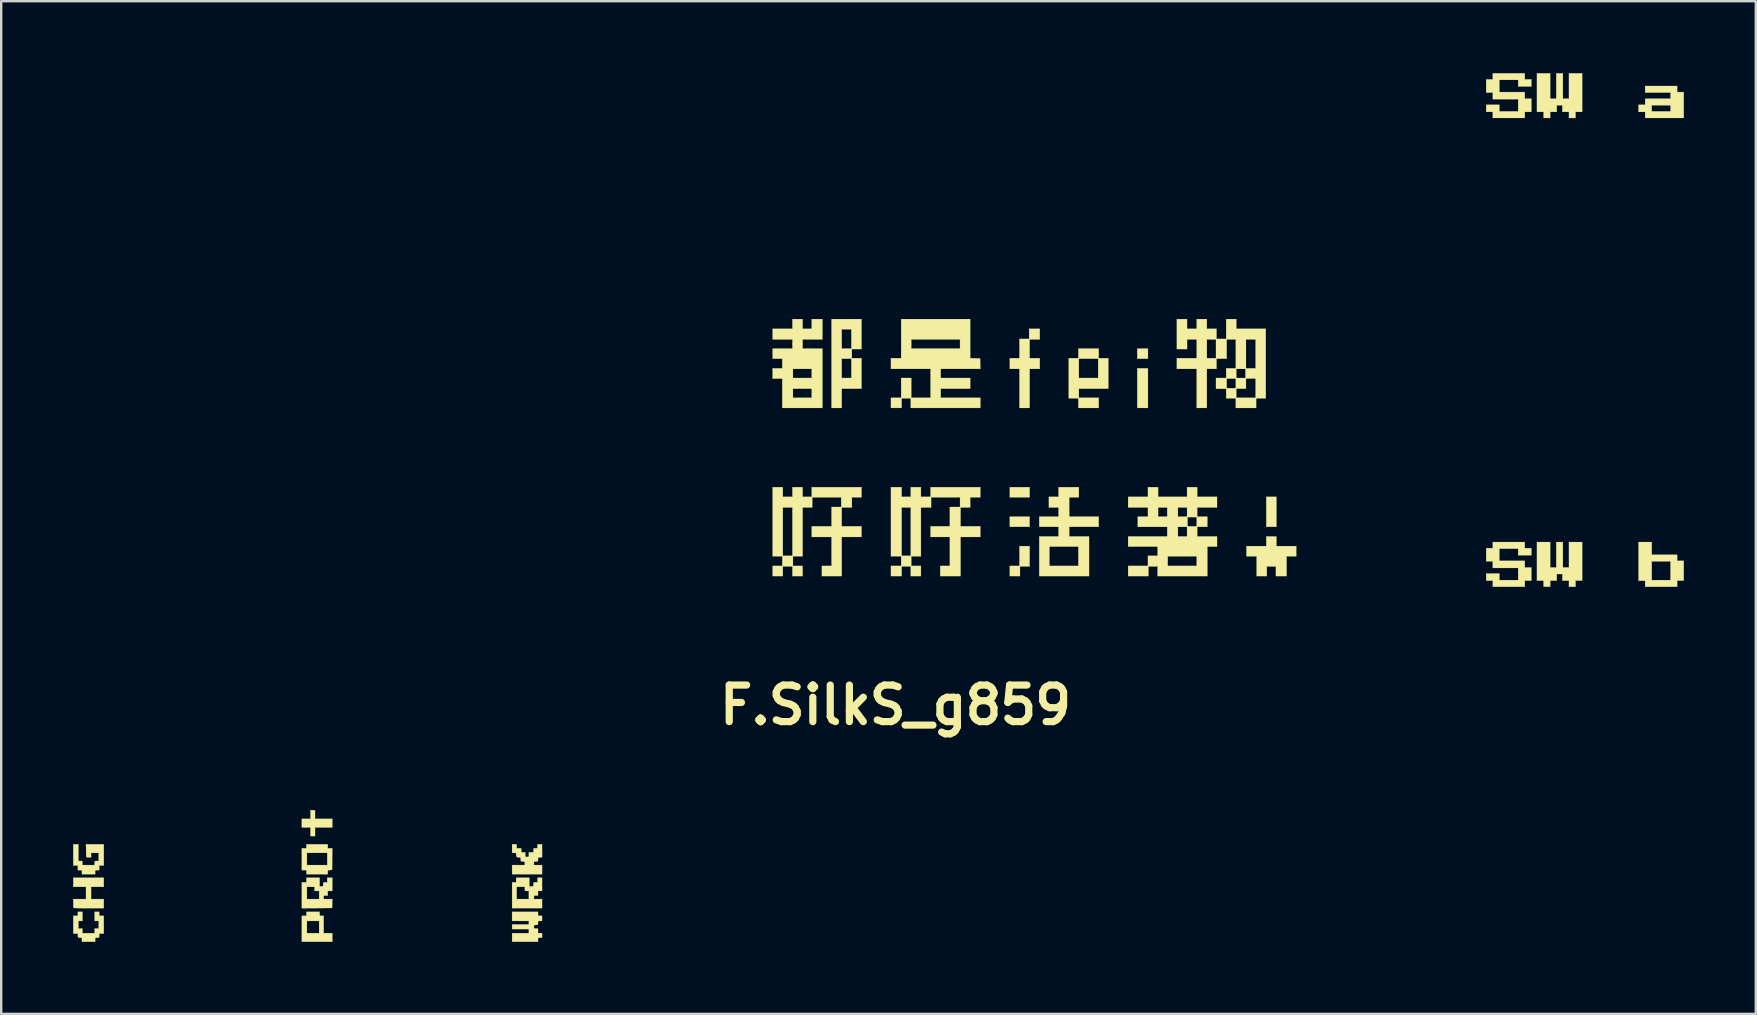
<source format=kicad_pcb>
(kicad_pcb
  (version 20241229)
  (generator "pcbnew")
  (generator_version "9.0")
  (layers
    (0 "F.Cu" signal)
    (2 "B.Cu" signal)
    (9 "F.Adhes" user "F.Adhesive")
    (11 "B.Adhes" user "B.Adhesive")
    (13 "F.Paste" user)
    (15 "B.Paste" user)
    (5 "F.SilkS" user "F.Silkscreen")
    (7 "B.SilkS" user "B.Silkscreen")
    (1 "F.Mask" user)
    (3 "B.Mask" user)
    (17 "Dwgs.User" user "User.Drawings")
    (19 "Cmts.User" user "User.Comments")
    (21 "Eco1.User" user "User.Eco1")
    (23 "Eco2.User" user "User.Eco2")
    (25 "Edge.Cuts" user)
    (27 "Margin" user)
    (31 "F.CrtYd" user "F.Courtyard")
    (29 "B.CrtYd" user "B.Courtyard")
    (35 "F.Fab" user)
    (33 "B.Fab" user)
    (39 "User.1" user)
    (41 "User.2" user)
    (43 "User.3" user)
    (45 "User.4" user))
  (footprint "F.SilkS_g859"
    (layer "F.Cu")
    (at 34.274 26.336)
    (property "Reference" "F.SilkS_g859" (at 0 0 0) (layer "F.SilkS") (effects (font (size 1.524 1.524) (thickness 0.3))))
    (attr through_hole)
    (fp_poly (pts (xy 5.588 -8.657) (xy 4.763 -8.657) (xy 4.763 -9.081) (xy 5.588 -9.081) (xy 5.588 -8.657)) (stroke (width 0.01) (type solid)) (fill yes) (layer "F.SilkS"))
    (fp_poly (pts (xy 5.588 -7.429) (xy 4.763 -7.429) (xy 4.763 -7.853) (xy 5.588 -7.853) (xy 5.588 -7.429)) (stroke (width 0.01) (type solid)) (fill yes) (layer "F.SilkS"))
    (fp_poly (pts (xy 10.52 -14.436) (xy 10.075 -14.436) (xy 10.075 -14.859) (xy 10.52 -14.859) (xy 10.52 -14.436)) (stroke (width 0.01) (type solid)) (fill yes) (layer "F.SilkS"))
    (fp_poly (pts (xy 10.52 -12.383) (xy 10.075 -12.383) (xy 10.075 -14.034) (xy 10.52 -14.034) (xy 10.52 -12.383)) (stroke (width 0.01) (type solid)) (fill yes) (layer "F.SilkS"))
    (fp_poly (pts (xy 15.875 -7.429) (xy 15.452 -7.429) (xy 15.452 -8.678) (xy 15.875 -8.678) (xy 15.875 -7.429)) (stroke (width 0.01) (type solid)) (fill yes) (layer "F.SilkS"))
    (fp_poly (pts (xy 5.588 -5.779) (xy 5.186 -5.779) (xy 5.186 -5.376) (xy 4.763 -5.376) (xy 4.763 -5.8) (xy 5.165 -5.8) (xy 5.165 -6.625) (xy 5.588 -6.625) (xy 5.588 -5.779)) (stroke (width 0.01) (type solid)) (fill yes) (layer "F.SilkS"))
    (fp_poly (pts (xy -24.194 4.741) (xy -23.474 4.741) (xy -23.474 5.101) (xy -24.194 5.101) (xy -24.194 5.461) (xy -24.384 5.461) (xy -24.384 5.101) (xy -24.744 5.101) (xy -24.744 4.741) (xy -24.384 4.741) (xy -24.384 4.381) (xy -24.194 4.381) (xy -24.194 4.741)) (stroke (width 0.01) (type solid)) (fill yes) (layer "F.SilkS"))
    (fp_poly (pts (xy 6.011 -15.24) (xy 5.588 -15.24) (xy 5.588 -14.457) (xy 6.011 -14.457) (xy 6.011 -14.012) (xy 5.588 -14.012) (xy 5.588 -12.383) (xy 5.165 -12.383) (xy 5.165 -14.012) (xy 4.763 -14.012) (xy 4.763 -14.457) (xy 5.165 -14.457) (xy 5.165 -15.261) (xy 5.567 -15.261) (xy 5.567 -15.684) (xy 6.011 -15.684) (xy 6.011 -15.24)) (stroke (width 0.01) (type solid)) (fill yes) (layer "F.SilkS"))
    (fp_poly (pts (xy 15.875 -6.625) (xy 16.701 -6.625) (xy 16.701 -6.202) (xy 16.298 -6.202) (xy 16.298 -5.376) (xy 15.854 -5.376) (xy 15.854 -5.779) (xy 15.473 -5.779) (xy 15.473 -5.376) (xy 15.05 -5.376) (xy 15.05 -6.202) (xy 14.626 -6.202) (xy 14.626 -6.625) (xy 15.452 -6.625) (xy 15.452 -7.027) (xy 15.875 -7.027) (xy 15.875 -6.625)) (stroke (width 0.01) (type solid)) (fill yes) (layer "F.SilkS"))
    (fp_poly (pts (xy 31.517 -6.265) (xy 32.575 -6.265) (xy 32.575 -6.011) (xy 32.851 -6.011) (xy 32.851 -5.186) (xy 32.575 -5.186) (xy 32.575 -4.932) (xy 31.242 -4.932) (xy 31.242 -5.186) (xy 30.967 -5.186) (xy 30.967 -5.99) (xy 31.517 -5.99) (xy 31.517 -5.207) (xy 32.3 -5.207) (xy 32.3 -5.99) (xy 31.517 -5.99) (xy 30.967 -5.99) (xy 30.967 -6.795) (xy 31.517 -6.795) (xy 31.517 -6.265)) (stroke (width 0.01) (type solid)) (fill yes) (layer "F.SilkS"))
    (fp_poly (pts (xy -24.003 8.7) (xy -24.001 8.754) (xy -23.987 8.778) (xy -23.948 8.784) (xy -23.918 8.784) (xy -23.834 8.784) (xy -23.834 9.504) (xy -23.474 9.504) (xy -23.474 9.864) (xy -24.744 9.864) (xy -24.744 8.996) (xy -24.532 8.996) (xy -24.532 9.504) (xy -24.024 9.504) (xy -24.024 8.996) (xy -24.532 8.996) (xy -24.744 8.996) (xy -24.744 8.784) (xy -24.553 8.784) (xy -24.553 8.615) (xy -24.003 8.615) (xy -24.003 8.7)) (stroke (width 0.01) (type solid)) (fill yes) (layer "F.SilkS"))
    (fp_poly (pts (xy 8.467 -14.457) (xy 8.869 -14.457) (xy 8.869 -13.187) (xy 7.641 -13.187) (xy 7.641 -12.806) (xy 8.467 -12.806) (xy 8.467 -12.383) (xy 7.62 -12.383) (xy 7.62 -12.785) (xy 7.218 -12.785) (xy 7.218 -14.436) (xy 7.641 -14.436) (xy 7.641 -13.631) (xy 8.445 -13.631) (xy 8.445 -14.436) (xy 7.641 -14.436) (xy 7.218 -14.436) (xy 7.218 -14.457) (xy 7.62 -14.457) (xy 7.62 -14.859) (xy 8.467 -14.859) (xy 8.467 -14.457)) (stroke (width 0.01) (type solid)) (fill yes) (layer "F.SilkS"))
    (fp_poly (pts (xy 32.575 -25.548) (xy 32.851 -25.548) (xy 32.851 -24.469) (xy 31.242 -24.469) (xy 31.242 -24.723) (xy 30.967 -24.723) (xy 30.967 -24.998) (xy 31.517 -24.998) (xy 31.517 -24.744) (xy 32.3 -24.744) (xy 32.3 -24.998) (xy 31.517 -24.998) (xy 30.967 -24.998) (xy 30.967 -25.019) (xy 31.242 -25.019) (xy 31.242 -25.273) (xy 32.3 -25.273) (xy 32.3 -25.527) (xy 31.242 -25.527) (xy 31.242 -25.802) (xy 32.575 -25.802) (xy 32.575 -25.548)) (stroke (width 0.01) (type solid)) (fill yes) (layer "F.SilkS"))
    (fp_poly (pts (xy -32.999 7.578) (xy -33.528 7.578) (xy -33.528 8.086) (xy -32.999 8.086) (xy -32.999 8.467) (xy -33.62 8.467) (xy -33.778 8.466) (xy -33.922 8.465) (xy -34.047 8.463) (xy -34.147 8.46) (xy -34.217 8.457) (xy -34.252 8.454) (xy -34.255 8.453) (xy -34.261 8.426) (xy -34.266 8.368) (xy -34.269 8.29) (xy -34.269 8.262) (xy -34.269 8.086) (xy -33.74 8.086) (xy -33.74 7.578) (xy -34.269 7.578) (xy -34.269 7.197) (xy -32.999 7.197) (xy -32.999 7.578)) (stroke (width 0.01) (type solid)) (fill yes) (layer "F.SilkS"))
    (fp_poly (pts (xy -23.664 5.969) (xy -23.473 5.969) (xy -23.479 6.419) (xy -23.484 6.869) (xy -23.574 6.875) (xy -23.631 6.881) (xy -23.657 6.896) (xy -23.664 6.932) (xy -23.664 6.965) (xy -23.664 7.048) (xy -24.553 7.048) (xy -24.553 6.879) (xy -24.744 6.879) (xy -24.744 6.16) (xy -24.532 6.16) (xy -24.532 6.668) (xy -23.686 6.668) (xy -23.686 6.16) (xy -24.532 6.16) (xy -24.744 6.16) (xy -24.744 5.969) (xy -24.553 5.969) (xy -24.553 5.8) (xy -23.664 5.8) (xy -23.664 5.969)) (stroke (width 0.01) (type solid)) (fill yes) (layer "F.SilkS"))
    (fp_poly (pts (xy -1.418 -14.838) (xy -1.82 -14.838) (xy -1.82 -14.457) (xy -1.418 -14.457) (xy -1.418 -13.187) (xy -2.244 -13.187) (xy -2.244 -12.383) (xy -2.667 -12.383) (xy -2.667 -14.436) (xy -2.244 -14.436) (xy -2.244 -13.631) (xy -1.841 -13.631) (xy -1.841 -14.436) (xy -2.244 -14.436) (xy -2.667 -14.436) (xy -2.667 -15.663) (xy -2.244 -15.663) (xy -2.244 -14.859) (xy -1.841 -14.859) (xy -1.841 -15.663) (xy -2.244 -15.663) (xy -2.667 -15.663) (xy -2.667 -16.087) (xy -1.418 -16.087) (xy -1.418 -14.838)) (stroke (width 0.01) (type solid)) (fill yes) (layer "F.SilkS"))
    (fp_poly (pts (xy 27.284 -25.273) (xy 27.538 -25.273) (xy 27.538 -26.331) (xy 27.813 -26.331) (xy 27.813 -25.273) (xy 28.067 -25.273) (xy 28.067 -26.331) (xy 28.617 -26.331) (xy 28.617 -24.723) (xy 28.342 -24.723) (xy 28.342 -24.469) (xy 28.067 -24.469) (xy 28.067 -24.723) (xy 27.792 -24.723) (xy 27.792 -24.998) (xy 27.559 -24.998) (xy 27.559 -24.723) (xy 27.284 -24.723) (xy 27.284 -24.469) (xy 27.009 -24.469) (xy 27.009 -24.723) (xy 26.733 -24.723) (xy 26.733 -26.331) (xy 27.284 -26.331) (xy 27.284 -25.273)) (stroke (width 0.01) (type solid)) (fill yes) (layer "F.SilkS"))
    (fp_poly (pts (xy 27.284 -5.736) (xy 27.538 -5.736) (xy 27.538 -6.795) (xy 27.813 -6.795) (xy 27.813 -5.736) (xy 28.067 -5.736) (xy 28.067 -6.795) (xy 28.617 -6.795) (xy 28.617 -5.186) (xy 28.342 -5.186) (xy 28.342 -4.932) (xy 28.067 -4.932) (xy 28.067 -5.186) (xy 27.792 -5.186) (xy 27.792 -5.461) (xy 27.559 -5.461) (xy 27.559 -5.186) (xy 27.284 -5.186) (xy 27.284 -4.932) (xy 27.009 -4.932) (xy 27.009 -5.186) (xy 26.733 -5.186) (xy 26.733 -6.795) (xy 27.284 -6.795) (xy 27.284 -5.736)) (stroke (width 0.01) (type solid)) (fill yes) (layer "F.SilkS"))
    (fp_poly (pts (xy 26.226 -26.077) (xy 26.501 -26.077) (xy 26.501 -25.781) (xy 25.95 -25.781) (xy 25.95 -26.056) (xy 25.167 -26.056) (xy 25.167 -25.548) (xy 26.226 -25.548) (xy 26.226 -25.273) (xy 26.501 -25.273) (xy 26.501 -24.723) (xy 26.226 -24.723) (xy 26.226 -24.469) (xy 24.892 -24.469) (xy 24.892 -24.723) (xy 24.617 -24.723) (xy 24.617 -25.019) (xy 25.167 -25.019) (xy 25.167 -24.744) (xy 25.95 -24.744) (xy 25.95 -25.252) (xy 24.892 -25.252) (xy 24.892 -25.527) (xy 24.617 -25.527) (xy 24.617 -26.077) (xy 24.892 -26.077) (xy 24.892 -26.331) (xy 26.226 -26.331) (xy 26.226 -26.077)) (stroke (width 0.01) (type solid)) (fill yes) (layer "F.SilkS"))
    (fp_poly (pts (xy 26.226 -6.54) (xy 26.501 -6.54) (xy 26.501 -6.244) (xy 25.95 -6.244) (xy 25.95 -6.519) (xy 25.167 -6.519) (xy 25.167 -6.011) (xy 26.226 -6.011) (xy 26.226 -5.736) (xy 26.501 -5.736) (xy 26.501 -5.186) (xy 26.226 -5.186) (xy 26.226 -4.932) (xy 24.892 -4.932) (xy 24.892 -5.186) (xy 24.617 -5.186) (xy 24.617 -5.482) (xy 25.167 -5.482) (xy 25.167 -5.207) (xy 25.95 -5.207) (xy 25.95 -5.715) (xy 24.892 -5.715) (xy 24.892 -5.99) (xy 24.617 -5.99) (xy 24.617 -6.54) (xy 24.892 -6.54) (xy 24.892 -6.795) (xy 26.226 -6.795) (xy 26.226 -6.54)) (stroke (width 0.01) (type solid)) (fill yes) (layer "F.SilkS"))
    (fp_poly (pts (xy 7.641 -8.657) (xy 7.239 -8.657) (xy 7.239 -7.853) (xy 8.467 -7.853) (xy 8.467 -7.429) (xy 7.239 -7.429) (xy 7.239 -7.027) (xy 8.065 -7.027) (xy 8.065 -5.376) (xy 5.99 -5.376) (xy 5.99 -6.604) (xy 6.413 -6.604) (xy 6.413 -5.8) (xy 7.62 -5.8) (xy 7.62 -6.604) (xy 6.413 -6.604) (xy 5.99 -6.604) (xy 5.99 -7.027) (xy 6.795 -7.027) (xy 6.795 -7.429) (xy 5.99 -7.429) (xy 5.99 -7.853) (xy 6.795 -7.853) (xy 6.795 -8.234) (xy 6.392 -8.234) (xy 6.392 -8.678) (xy 6.795 -8.678) (xy 6.795 -9.081) (xy 7.641 -9.081) (xy 7.641 -8.657)) (stroke (width 0.01) (type solid)) (fill yes) (layer "F.SilkS"))
    (fp_poly (pts (xy 3.111 -14.458) (xy 3.318 -14.452) (xy 3.524 -14.446) (xy 3.536 -14.012) (xy 1.884 -14.012) (xy 1.884 -13.631) (xy 3.111 -13.631) (xy 3.111 -13.187) (xy 1.884 -13.187) (xy 1.884 -12.806) (xy 3.535 -12.806) (xy 3.535 -12.383) (xy 0.635 -12.383) (xy 0.635 -12.785) (xy 0.254 -12.785) (xy 0.254 -12.383) (xy -0.191 -12.383) (xy -0.191 -12.806) (xy 0.233 -12.806) (xy 0.233 -13.631) (xy 0.656 -13.631) (xy 0.656 -12.806) (xy 1.46 -12.806) (xy 1.46 -14.012) (xy -0.191 -14.012) (xy -0.191 -14.457) (xy 0.233 -14.457) (xy 0.233 -15.24) (xy 0.656 -15.24) (xy 0.656 -14.859) (xy 2.688 -14.859) (xy 2.688 -15.24) (xy 0.656 -15.24) (xy 0.233 -15.24) (xy 0.233 -16.087) (xy 3.111 -16.087) (xy 3.111 -14.458)) (stroke (width 0.01) (type solid)) (fill yes) (layer "F.SilkS"))
    (fp_poly (pts (xy -3.873 -15.684) (xy -3.493 -15.684) (xy -3.493 -16.087) (xy -3.048 -16.087) (xy -3.048 -15.24) (xy -3.873 -15.24) (xy -3.873 -14.859) (xy -3.048 -14.859) (xy -3.048 -12.383) (xy -4.72 -12.383) (xy -4.72 -13.187) (xy -4.276 -13.187) (xy -4.276 -12.806) (xy -3.493 -12.806) (xy -3.493 -13.187) (xy -4.276 -13.187) (xy -4.72 -13.187) (xy -4.72 -13.61) (xy -5.122 -13.61) (xy -5.122 -14.012) (xy -4.276 -14.012) (xy -4.276 -13.631) (xy -3.493 -13.631) (xy -3.493 -14.012) (xy -4.276 -14.012) (xy -5.122 -14.012) (xy -5.122 -14.034) (xy -4.72 -14.034) (xy -4.72 -14.436) (xy -5.122 -14.436) (xy -5.122 -14.859) (xy -4.297 -14.859) (xy -4.297 -15.24) (xy -5.122 -15.24) (xy -5.122 -15.684) (xy -4.297 -15.684) (xy -4.297 -16.087) (xy -3.873 -16.087) (xy -3.873 -15.684)) (stroke (width 0.01) (type solid)) (fill yes) (layer "F.SilkS"))
    (fp_poly (pts (xy -24.003 7.556) (xy -23.929 7.556) (xy -23.881 7.554) (xy -23.86 7.538) (xy -23.855 7.497) (xy -23.855 7.472) (xy -23.853 7.418) (xy -23.839 7.394) (xy -23.8 7.387) (xy -23.77 7.387) (xy -23.686 7.387) (xy -23.686 7.197) (xy -23.474 7.197) (xy -23.474 7.747) (xy -23.664 7.747) (xy -23.664 7.938) (xy -23.749 7.938) (xy -23.803 7.94) (xy -23.827 7.954) (xy -23.833 7.99) (xy -23.834 8.012) (xy -23.834 8.086) (xy -23.472 8.086) (xy -23.478 8.271) (xy -23.484 8.456) (xy -24.114 8.462) (xy -24.744 8.467) (xy -24.744 7.578) (xy -24.532 7.578) (xy -24.532 8.086) (xy -24.024 8.086) (xy -24.024 7.747) (xy -24.215 7.747) (xy -24.215 7.578) (xy -24.532 7.578) (xy -24.744 7.578) (xy -24.744 7.387) (xy -24.553 7.387) (xy -24.553 7.197) (xy -24.003 7.197) (xy -24.003 7.556)) (stroke (width 0.01) (type solid)) (fill yes) (layer "F.SilkS"))
    (fp_poly (pts (xy -34.057 6.498) (xy -33.972 6.498) (xy -33.918 6.5) (xy -33.894 6.514) (xy -33.888 6.553) (xy -33.888 6.583) (xy -33.888 6.668) (xy -33.38 6.668) (xy -33.38 6.583) (xy -33.378 6.529) (xy -33.364 6.505) (xy -33.325 6.498) (xy -33.295 6.498) (xy -33.211 6.498) (xy -33.211 6.16) (xy -33.528 6.16) (xy -33.528 6.352) (xy -33.629 6.346) (xy -33.729 6.339) (xy -33.741 5.8) (xy -32.999 5.8) (xy -32.999 6.689) (xy -33.189 6.689) (xy -33.189 6.879) (xy -33.274 6.879) (xy -33.328 6.881) (xy -33.352 6.895) (xy -33.358 6.934) (xy -33.359 6.964) (xy -33.359 7.048) (xy -33.909 7.048) (xy -33.909 6.964) (xy -33.911 6.91) (xy -33.925 6.886) (xy -33.964 6.879) (xy -33.994 6.879) (xy -34.078 6.879) (xy -34.078 6.689) (xy -34.269 6.689) (xy -34.269 5.8) (xy -34.057 5.8) (xy -34.057 6.498)) (stroke (width 0.01) (type solid)) (fill yes) (layer "F.SilkS"))
    (fp_poly (pts (xy -33.888 8.996) (xy -34.057 8.996) (xy -34.057 9.313) (xy -33.888 9.313) (xy -33.888 9.504) (xy -33.38 9.504) (xy -33.38 9.313) (xy -33.211 9.313) (xy -33.211 8.996) (xy -33.38 8.996) (xy -33.38 8.615) (xy -33.189 8.615) (xy -33.189 8.784) (xy -32.999 8.784) (xy -32.999 9.525) (xy -33.189 9.525) (xy -33.189 9.61) (xy -33.191 9.664) (xy -33.206 9.688) (xy -33.244 9.694) (xy -33.274 9.694) (xy -33.328 9.696) (xy -33.352 9.711) (xy -33.358 9.749) (xy -33.359 9.779) (xy -33.359 9.864) (xy -33.909 9.864) (xy -33.909 9.779) (xy -33.911 9.725) (xy -33.925 9.701) (xy -33.964 9.695) (xy -33.994 9.694) (xy -34.048 9.692) (xy -34.072 9.678) (xy -34.078 9.639) (xy -34.078 9.61) (xy -34.078 9.525) (xy -34.269 9.525) (xy -34.269 8.784) (xy -34.078 8.784) (xy -34.078 8.615) (xy -33.888 8.615) (xy -33.888 8.996)) (stroke (width 0.01) (type solid)) (fill yes) (layer "F.SilkS"))
    (fp_poly (pts (xy -15.261 7.556) (xy -15.177 7.556) (xy -15.122 7.554) (xy -15.098 7.54) (xy -15.092 7.502) (xy -15.092 7.472) (xy -15.09 7.418) (xy -15.076 7.394) (xy -15.037 7.387) (xy -15.007 7.387) (xy -14.922 7.387) (xy -14.922 7.197) (xy -14.732 7.197) (xy -14.732 7.747) (xy -14.901 7.747) (xy -14.901 7.938) (xy -14.986 7.938) (xy -15.04 7.94) (xy -15.064 7.954) (xy -15.07 7.99) (xy -15.071 8.012) (xy -15.071 8.086) (xy -14.732 8.086) (xy -14.732 8.467) (xy -15.981 8.467) (xy -15.981 7.578) (xy -15.79 7.578) (xy -15.79 8.086) (xy -15.282 8.086) (xy -15.282 7.747) (xy -15.367 7.747) (xy -15.421 7.745) (xy -15.445 7.731) (xy -15.451 7.692) (xy -15.452 7.662) (xy -15.452 7.578) (xy -15.79 7.578) (xy -15.981 7.578) (xy -15.981 7.387) (xy -15.812 7.387) (xy -15.812 7.197) (xy -15.261 7.197) (xy -15.261 7.556)) (stroke (width 0.01) (type solid)) (fill yes) (layer "F.SilkS"))
    (fp_poly (pts (xy -14.901 8.7) (xy -14.899 8.754) (xy -14.885 8.778) (xy -14.846 8.784) (xy -14.817 8.784) (xy -14.732 8.784) (xy -14.732 8.996) (xy -14.817 8.996) (xy -14.871 8.998) (xy -14.895 9.012) (xy -14.901 9.051) (xy -14.901 9.081) (xy -14.903 9.135) (xy -14.918 9.159) (xy -14.956 9.165) (xy -14.986 9.165) (xy -15.04 9.167) (xy -15.064 9.181) (xy -15.07 9.217) (xy -15.071 9.239) (xy -15.068 9.287) (xy -15.052 9.308) (xy -15.011 9.313) (xy -14.986 9.313) (xy -14.901 9.313) (xy -14.901 9.504) (xy -14.732 9.504) (xy -14.732 9.694) (xy -14.817 9.694) (xy -14.871 9.696) (xy -14.895 9.711) (xy -14.901 9.749) (xy -14.901 9.779) (xy -14.901 9.864) (xy -15.981 9.864) (xy -15.981 9.504) (xy -15.282 9.504) (xy -15.282 9.335) (xy -15.981 9.335) (xy -15.981 9.144) (xy -15.282 9.144) (xy -15.282 8.996) (xy -15.981 8.996) (xy -15.981 8.615) (xy -14.901 8.615) (xy -14.901 8.7)) (stroke (width 0.01) (type solid)) (fill yes) (layer "F.SilkS"))
    (fp_poly (pts (xy -4.699 -8.678) (xy -4.297 -8.678) (xy -4.297 -9.081) (xy -3.873 -9.081) (xy -3.873 -8.678) (xy -3.493 -8.678) (xy -3.493 -9.081) (xy -1.418 -9.081) (xy -1.418 -8.657) (xy -1.82 -8.657) (xy -1.82 -8.234) (xy -2.244 -8.234) (xy -2.244 -7.451) (xy -1.418 -7.451) (xy -1.418 -7.006) (xy -2.244 -7.006) (xy -2.244 -5.376) (xy -3.069 -5.376) (xy -3.069 -5.8) (xy -2.667 -5.8) (xy -2.667 -7.006) (xy -3.493 -7.006) (xy -3.493 -7.451) (xy -2.667 -7.451) (xy -2.667 -8.255) (xy -2.265 -8.255) (xy -2.265 -8.657) (xy -3.471 -8.657) (xy -3.471 -8.234) (xy -3.873 -8.234) (xy -3.873 -6.202) (xy -4.276 -6.202) (xy -4.276 -5.8) (xy -3.873 -5.8) (xy -3.873 -5.376) (xy -4.297 -5.376) (xy -4.297 -5.779) (xy -4.699 -5.779) (xy -4.699 -5.376) (xy -5.122 -5.376) (xy -5.122 -5.8) (xy -4.72 -5.8) (xy -4.72 -6.202) (xy -5.122 -6.202) (xy -5.122 -8.234) (xy -4.699 -8.234) (xy -4.699 -6.223) (xy -4.297 -6.223) (xy -4.297 -8.234) (xy -4.699 -8.234) (xy -5.122 -8.234) (xy -5.122 -9.081) (xy -4.699 -9.081) (xy -4.699 -8.678)) (stroke (width 0.01) (type solid)) (fill yes) (layer "F.SilkS"))
    (fp_poly (pts (xy 0.254 -8.678) (xy 0.635 -8.678) (xy 0.635 -9.081) (xy 1.058 -9.081) (xy 1.058 -8.678) (xy 1.46 -8.678) (xy 1.46 -9.081) (xy 3.535 -9.081) (xy 3.535 -8.657) (xy 3.111 -8.657) (xy 3.111 -8.234) (xy 2.709 -8.234) (xy 2.709 -7.451) (xy 3.535 -7.451) (xy 3.535 -7.006) (xy 2.709 -7.006) (xy 2.709 -5.376) (xy 1.863 -5.376) (xy 1.863 -5.8) (xy 2.265 -5.8) (xy 2.265 -7.006) (xy 1.46 -7.006) (xy 1.46 -7.451) (xy 2.265 -7.451) (xy 2.265 -8.255) (xy 2.688 -8.255) (xy 2.688 -8.657) (xy 1.482 -8.657) (xy 1.482 -8.234) (xy 1.058 -8.234) (xy 1.058 -6.202) (xy 0.656 -6.202) (xy 0.656 -5.8) (xy 1.058 -5.8) (xy 1.058 -5.376) (xy 0.635 -5.376) (xy 0.635 -5.779) (xy 0.254 -5.779) (xy 0.254 -5.376) (xy -0.191 -5.376) (xy -0.191 -5.8) (xy 0.233 -5.8) (xy 0.233 -6.202) (xy -0.191 -6.202) (xy -0.191 -8.234) (xy 0.254 -8.234) (xy 0.254 -6.223) (xy 0.635 -6.223) (xy 0.635 -8.234) (xy 0.254 -8.234) (xy -0.191 -8.234) (xy -0.191 -9.081) (xy 0.254 -9.081) (xy 0.254 -8.678)) (stroke (width 0.01) (type solid)) (fill yes) (layer "F.SilkS"))
    (fp_poly (pts (xy 10.943 -8.678) (xy 12.15 -8.678) (xy 12.15 -9.081) (xy 12.573 -9.081) (xy 12.573 -8.678) (xy 13.399 -8.678) (xy 13.399 -8.234) (xy 12.573 -8.234) (xy 12.573 -7.853) (xy 12.996 -7.853) (xy 12.996 -7.429) (xy 12.573 -7.429) (xy 12.573 -7.027) (xy 13.399 -7.027) (xy 13.399 -6.604) (xy 12.996 -6.604) (xy 12.996 -5.376) (xy 10.922 -5.376) (xy 10.922 -5.779) (xy 10.541 -5.779) (xy 10.541 -5.376) (xy 9.694 -5.376) (xy 9.694 -5.8) (xy 10.52 -5.8) (xy 10.52 -6.202) (xy 11.345 -6.202) (xy 11.345 -5.8) (xy 12.552 -5.8) (xy 12.552 -6.202) (xy 11.345 -6.202) (xy 10.52 -6.202) (xy 10.52 -6.223) (xy 10.922 -6.223) (xy 10.922 -6.604) (xy 9.694 -6.604) (xy 9.694 -7.027) (xy 11.324 -7.027) (xy 11.324 -7.429) (xy 11.769 -7.429) (xy 11.769 -7.027) (xy 12.15 -7.027) (xy 12.15 -7.429) (xy 11.769 -7.429) (xy 11.324 -7.429) (xy 10.097 -7.429) (xy 10.097 -7.832) (xy 12.171 -7.832) (xy 12.171 -7.451) (xy 12.552 -7.451) (xy 12.552 -7.832) (xy 12.171 -7.832) (xy 10.097 -7.832) (xy 10.097 -7.853) (xy 10.52 -7.853) (xy 10.52 -8.234) (xy 10.943 -8.234) (xy 10.943 -7.853) (xy 11.324 -7.853) (xy 11.324 -8.234) (xy 11.769 -8.234) (xy 11.769 -7.853) (xy 12.15 -7.853) (xy 12.15 -8.234) (xy 11.769 -8.234) (xy 11.324 -8.234) (xy 10.943 -8.234) (xy 10.52 -8.234) (xy 9.694 -8.234) (xy 9.694 -8.678) (xy 10.52 -8.678) (xy 10.52 -9.081) (xy 10.943 -9.081) (xy 10.943 -8.678)) (stroke (width 0.01) (type solid)) (fill yes) (layer "F.SilkS"))
    (fp_poly (pts (xy -15.79 5.969) (xy -15.6 5.969) (xy -15.6 6.054) (xy -15.598 6.108) (xy -15.584 6.132) (xy -15.545 6.138) (xy -15.515 6.138) (xy -15.431 6.138) (xy -15.431 6.234) (xy -15.429 6.292) (xy -15.418 6.32) (xy -15.389 6.328) (xy -15.356 6.329) (xy -15.311 6.327) (xy -15.289 6.313) (xy -15.283 6.276) (xy -15.282 6.234) (xy -15.282 6.138) (xy -15.092 6.138) (xy -15.092 6.054) (xy -15.09 5.999) (xy -15.076 5.975) (xy -15.037 5.969) (xy -15.007 5.969) (xy -14.953 5.967) (xy -14.929 5.953) (xy -14.923 5.914) (xy -14.922 5.884) (xy -14.922 5.8) (xy -14.732 5.8) (xy -14.732 6.35) (xy -14.817 6.35) (xy -14.871 6.352) (xy -14.895 6.366) (xy -14.901 6.405) (xy -14.901 6.435) (xy -14.903 6.489) (xy -14.918 6.513) (xy -14.956 6.519) (xy -14.986 6.519) (xy -15.04 6.522) (xy -15.064 6.535) (xy -15.07 6.572) (xy -15.071 6.593) (xy -15.071 6.668) (xy -14.732 6.668) (xy -14.732 7.048) (xy -15.981 7.048) (xy -15.981 6.668) (xy -15.452 6.668) (xy -15.452 6.593) (xy -15.454 6.546) (xy -15.47 6.525) (xy -15.511 6.519) (xy -15.536 6.519) (xy -15.591 6.517) (xy -15.615 6.503) (xy -15.621 6.465) (xy -15.621 6.436) (xy -15.623 6.383) (xy -15.637 6.358) (xy -15.675 6.349) (xy -15.711 6.346) (xy -15.767 6.34) (xy -15.794 6.324) (xy -15.804 6.285) (xy -15.807 6.249) (xy -15.813 6.193) (xy -15.828 6.167) (xy -15.864 6.16) (xy -15.897 6.16) (xy -15.981 6.16) (xy -15.981 5.8) (xy -15.79 5.8) (xy -15.79 5.969)) (stroke (width 0.01) (type solid)) (fill yes) (layer "F.SilkS"))
    (fp_poly (pts (xy 12.15 -15.684) (xy 12.552 -15.684) (xy 12.552 -16.087) (xy 12.975 -16.087) (xy 12.975 -15.684) (xy 13.377 -15.684) (xy 13.377 -15.261) (xy 13.78 -15.261) (xy 13.78 -16.087) (xy 14.203 -16.087) (xy 14.203 -15.684) (xy 15.431 -15.684) (xy 15.431 -12.785) (xy 15.028 -12.785) (xy 15.028 -12.383) (xy 14.182 -12.383) (xy 14.182 -12.785) (xy 13.78 -12.785) (xy 13.78 -13.187) (xy 14.203 -13.187) (xy 14.203 -12.806) (xy 15.007 -12.806) (xy 15.007 -13.61) (xy 14.605 -13.61) (xy 14.605 -13.187) (xy 14.203 -13.187) (xy 13.78 -13.187) (xy 13.356 -13.187) (xy 13.356 -13.61) (xy 13.801 -13.61) (xy 13.801 -13.208) (xy 14.182 -13.208) (xy 14.182 -13.61) (xy 13.801 -13.61) (xy 13.356 -13.61) (xy 13.356 -13.631) (xy 13.78 -13.631) (xy 13.78 -14.012) (xy 14.203 -14.012) (xy 14.203 -13.631) (xy 14.584 -13.631) (xy 14.584 -14.012) (xy 14.203 -14.012) (xy 13.78 -14.012) (xy 13.78 -14.034) (xy 14.182 -14.034) (xy 14.182 -15.24) (xy 14.605 -15.24) (xy 14.605 -14.034) (xy 15.007 -14.034) (xy 15.007 -15.24) (xy 14.605 -15.24) (xy 14.182 -15.24) (xy 13.801 -15.24) (xy 13.801 -14.436) (xy 13.377 -14.436) (xy 13.377 -14.012) (xy 12.975 -14.012) (xy 12.975 -12.383) (xy 12.552 -12.383) (xy 12.552 -14.012) (xy 11.726 -14.012) (xy 11.726 -14.457) (xy 12.552 -14.457) (xy 12.552 -15.24) (xy 12.975 -15.24) (xy 12.975 -14.457) (xy 13.356 -14.457) (xy 13.356 -15.24) (xy 12.975 -15.24) (xy 12.552 -15.24) (xy 12.15 -15.24) (xy 12.15 -14.838) (xy 11.726 -14.838) (xy 11.726 -16.087) (xy 12.15 -16.087) (xy 12.15 -15.684)) (stroke (width 0.01) (type solid)) (fill yes) (layer "F.SilkS")))
  (gr_rect
    (start -3 -3)
    (end 70.129 39.205)
    (stroke (width 0.1) (type default))
    (fill no)
    (layer "Edge.Cuts")))
</source>
